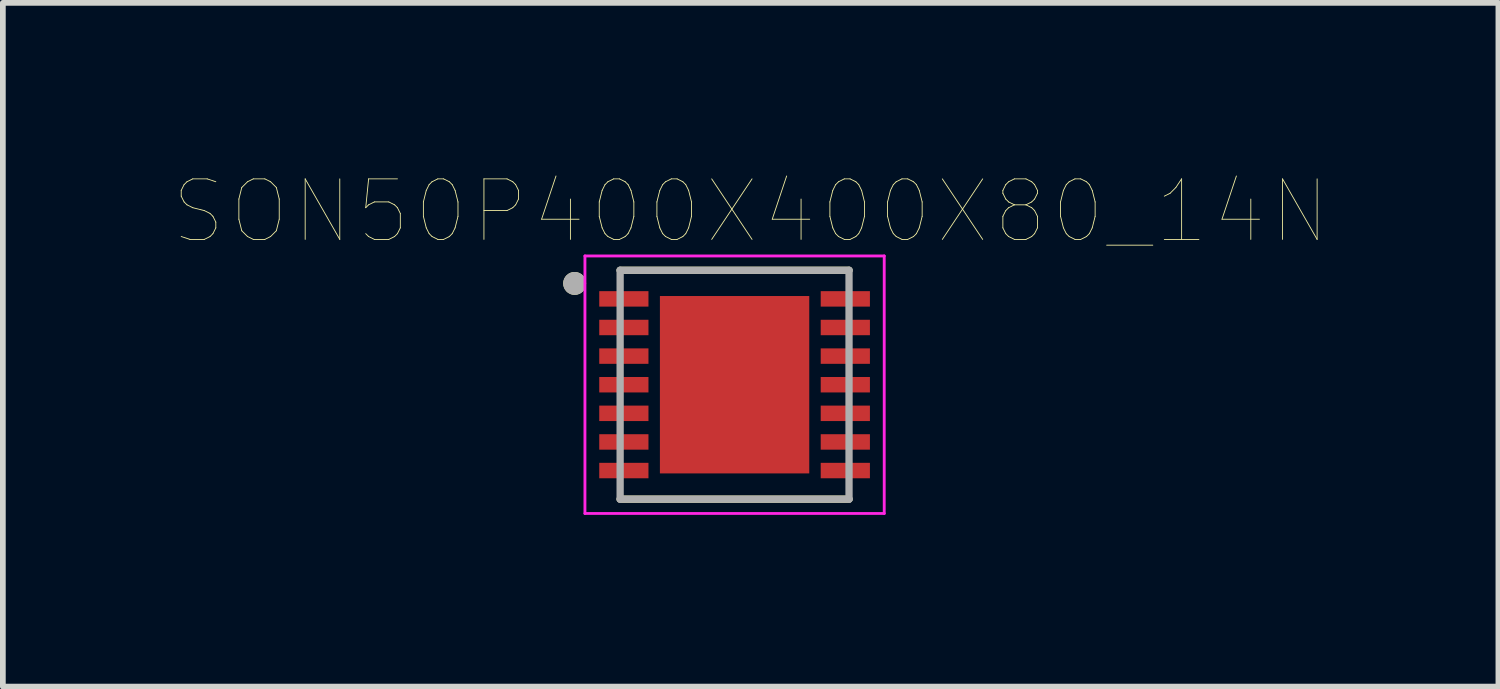
<source format=kicad_pcb>
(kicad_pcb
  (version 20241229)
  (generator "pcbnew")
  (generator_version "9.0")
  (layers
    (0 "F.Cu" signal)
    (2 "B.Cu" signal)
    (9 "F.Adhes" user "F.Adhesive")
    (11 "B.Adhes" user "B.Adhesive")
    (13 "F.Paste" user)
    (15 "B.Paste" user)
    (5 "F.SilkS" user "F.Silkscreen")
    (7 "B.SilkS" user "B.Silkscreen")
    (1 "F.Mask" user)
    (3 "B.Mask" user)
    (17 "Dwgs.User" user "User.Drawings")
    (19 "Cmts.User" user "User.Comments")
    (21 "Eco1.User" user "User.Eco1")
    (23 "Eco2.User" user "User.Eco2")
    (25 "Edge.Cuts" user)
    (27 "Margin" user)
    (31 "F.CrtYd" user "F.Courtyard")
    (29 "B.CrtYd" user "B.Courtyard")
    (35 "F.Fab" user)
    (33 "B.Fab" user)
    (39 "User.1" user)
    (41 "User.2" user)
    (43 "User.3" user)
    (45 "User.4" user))
  (footprint "SON50P400X400X80_14N"
    (layer "F.Cu")
    (at 9.787 3.673)
    (property "Reference" "SON50P400X400X80_14N" (at 0.28 -3.028 0) (layer "F.SilkS") (effects (font (size 1.058 1.058) (thickness 0.015))))
    (attr through_hole)
    (fp_line (start -2 -2) (end 2 -2) (stroke (width 0.127) (type solid)) (layer "F.SilkS"))
    (fp_line (start -2 2) (end 2 2) (stroke (width 0.127) (type solid)) (layer "F.SilkS"))
    (fp_circle (center -2.795 -1.77) (end -2.595 -1.77) (stroke (width 0) (type solid)) (fill yes) (layer "F.SilkS"))
    (fp_poly (pts (xy -0.69 -0.775) (xy 0.653 -0.775) (xy 0.653 0.819) (xy -0.69 0.819)) (stroke (width 0.01) (type solid)) (fill yes) (layer "F.Paste"))
    (fp_line (start -2.615 -2.25) (end -2.615 2.25) (stroke (width 0.05) (type solid)) (layer "F.CrtYd"))
    (fp_line (start -2.615 -2.25) (end 2.615 -2.25) (stroke (width 0.05) (type solid)) (layer "F.CrtYd"))
    (fp_line (start -2.615 2.25) (end 2.615 2.25) (stroke (width 0.05) (type solid)) (layer "F.CrtYd"))
    (fp_line (start 2.615 -2.25) (end 2.615 2.25) (stroke (width 0.05) (type solid)) (layer "F.CrtYd"))
    (fp_line (start -2 -2) (end -2 2) (stroke (width 0.127) (type solid)) (layer "F.Fab"))
    (fp_line (start -2 -2) (end 2 -2) (stroke (width 0.127) (type solid)) (layer "F.Fab"))
    (fp_line (start -2 2) (end 2 2) (stroke (width 0.127) (type solid)) (layer "F.Fab"))
    (fp_line (start 2 -2) (end 2 2) (stroke (width 0.127) (type solid)) (layer "F.Fab"))
    (fp_circle (center -2.795 -1.77) (end -2.595 -1.77) (stroke (width 0) (type solid)) (fill yes) (layer "F.Fab"))
    (pad "1" smd rect (at -1.935 -1.5) (size 0.86 0.27) (layers "F.Cu" "F.Mask" "F.Paste"))
    (pad "2" smd rect (at -1.935 -1) (size 0.86 0.27) (layers "F.Cu" "F.Mask" "F.Paste"))
    (pad "3" smd rect (at -1.935 -0.5) (size 0.86 0.27) (layers "F.Cu" "F.Mask" "F.Paste"))
    (pad "4" smd rect (at -1.935 0) (size 0.86 0.27) (layers "F.Cu" "F.Mask" "F.Paste"))
    (pad "5" smd rect (at -1.935 0.5) (size 0.86 0.27) (layers "F.Cu" "F.Mask" "F.Paste"))
    (pad "6" smd rect (at -1.935 1) (size 0.86 0.27) (layers "F.Cu" "F.Mask" "F.Paste"))
    (pad "7" smd rect (at -1.935 1.5) (size 0.86 0.27) (layers "F.Cu" "F.Mask" "F.Paste"))
    (pad "8" smd rect (at 1.935 1.5) (size 0.86 0.27) (layers "F.Cu" "F.Mask" "F.Paste"))
    (pad "9" smd rect (at 1.935 1) (size 0.86 0.27) (layers "F.Cu" "F.Mask" "F.Paste"))
    (pad "10" smd rect (at 1.935 0.5) (size 0.86 0.27) (layers "F.Cu" "F.Mask" "F.Paste"))
    (pad "11" smd rect (at 1.935 0) (size 0.86 0.27) (layers "F.Cu" "F.Mask" "F.Paste"))
    (pad "12" smd rect (at 1.935 -0.5) (size 0.86 0.27) (layers "F.Cu" "F.Mask" "F.Paste"))
    (pad "13" smd rect (at 1.935 -1) (size 0.86 0.27) (layers "F.Cu" "F.Mask" "F.Paste"))
    (pad "14" smd rect (at 1.935 -1.5) (size 0.86 0.27) (layers "F.Cu" "F.Mask" "F.Paste"))
    (pad "15" smd rect (at 0 0) (size 2.61 3.1) (layers "F.Cu" "F.Mask")))
  (gr_rect
    (start -3 -3)
    (end 23.135 8.948)
    (stroke (width 0.1) (type default))
    (fill no)
    (layer "Edge.Cuts")))
</source>
